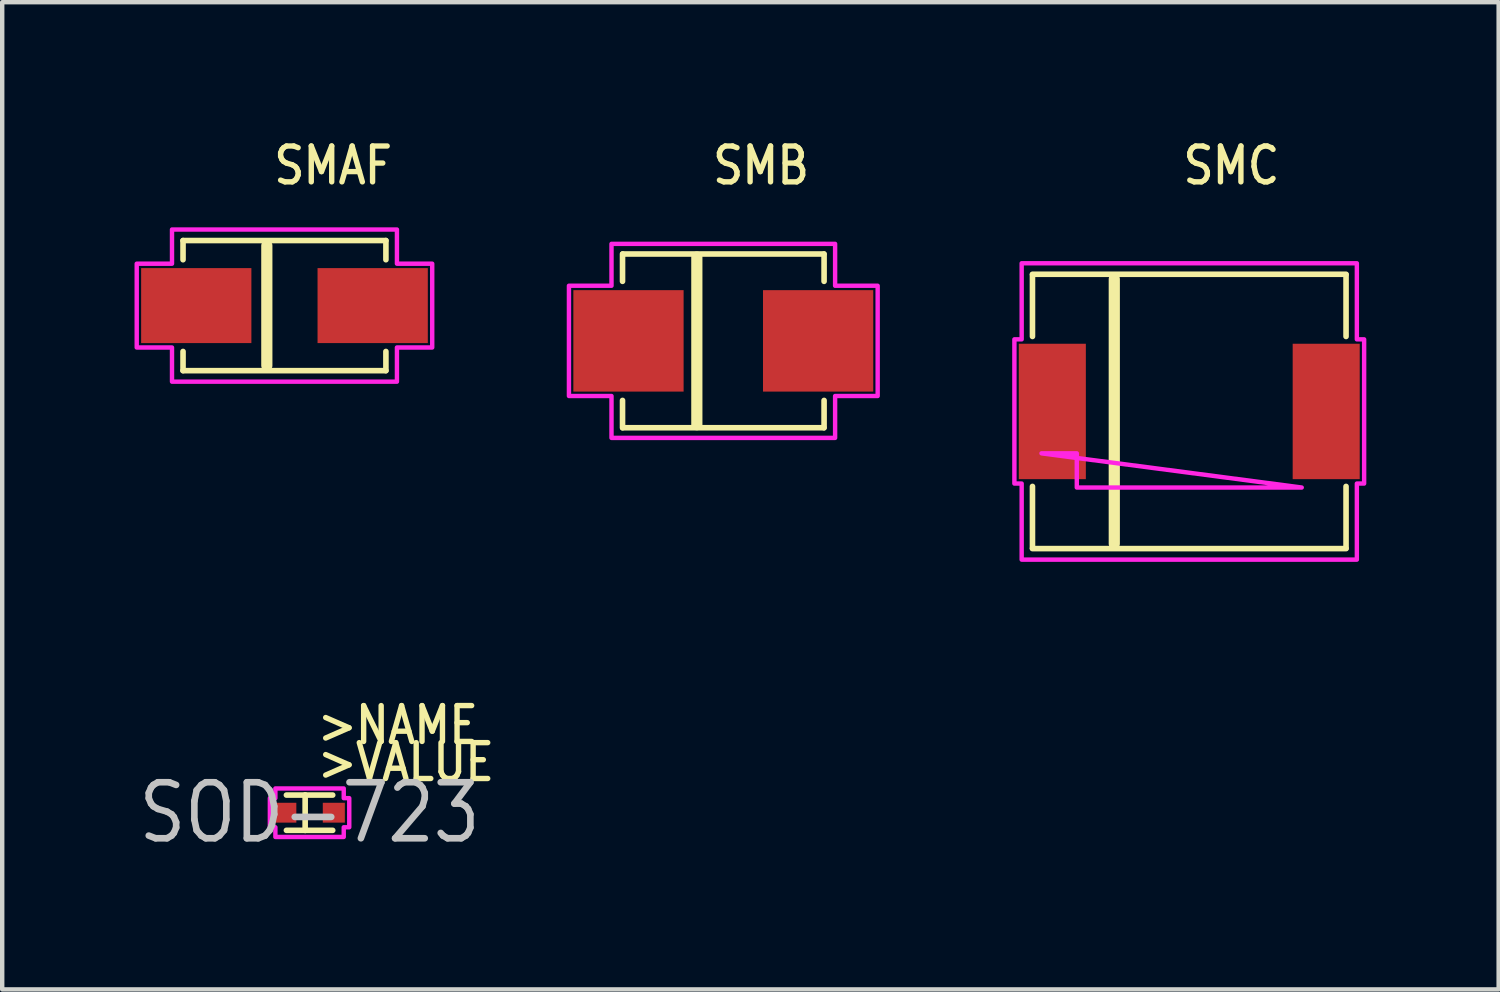
<source format=kicad_pcb>
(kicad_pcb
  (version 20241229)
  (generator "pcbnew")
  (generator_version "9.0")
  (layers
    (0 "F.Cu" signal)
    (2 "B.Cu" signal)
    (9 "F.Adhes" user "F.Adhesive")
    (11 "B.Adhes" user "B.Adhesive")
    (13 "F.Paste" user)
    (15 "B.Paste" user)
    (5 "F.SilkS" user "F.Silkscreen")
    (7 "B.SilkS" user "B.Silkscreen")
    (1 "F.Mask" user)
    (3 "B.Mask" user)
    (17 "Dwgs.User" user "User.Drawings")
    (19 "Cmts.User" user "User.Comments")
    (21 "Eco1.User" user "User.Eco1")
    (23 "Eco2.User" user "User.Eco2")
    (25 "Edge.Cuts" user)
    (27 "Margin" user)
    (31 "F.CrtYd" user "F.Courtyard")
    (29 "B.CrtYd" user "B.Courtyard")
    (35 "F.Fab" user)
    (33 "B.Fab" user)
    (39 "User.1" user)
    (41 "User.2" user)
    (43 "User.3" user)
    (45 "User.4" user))
  (footprint "SMC"
    (layer "F.Cu")
    (at 23.915 6.279)
    (property "Reference" "SMC" (at -0.2 -5.1 0) (unlocked yes) (layer "F.SilkS") (effects (font (size 0.813 0.695) (thickness 0.122)) (justify left bottom)))
    (fp_line (start -3.555 -3.11) (end 3.555 -3.11) (stroke (width 0.127) (type solid)) (layer "F.SilkS"))
    (fp_line (start -3.555 -3.1) (end -3.555 -1.7) (stroke (width 0.127) (type solid)) (layer "F.SilkS"))
    (fp_line (start -3.555 3.1) (end -3.555 1.7) (stroke (width 0.127) (type solid)) (layer "F.SilkS"))
    (fp_line (start -3.555 3.11) (end 3.555 3.11) (stroke (width 0.127) (type solid)) (layer "F.SilkS"))
    (fp_line (start -1.7 -3) (end -1.7 3) (stroke (width 0.254) (type solid)) (layer "F.SilkS"))
    (fp_line (start 3.555 -3.1) (end 3.555 -1.7) (stroke (width 0.127) (type solid)) (layer "F.SilkS"))
    (fp_line (start 3.555 3.1) (end 3.555 1.7) (stroke (width 0.127) (type solid)) (layer "F.SilkS"))
    (fp_poly (pts (xy 2.55 1.725) (xy -2.55 1.725) (xy -2.55 0.95) (xy -3.35 0.95)) (stroke (width 0.1) (type solid)) (fill no) (layer "F.CrtYd"))
    (fp_poly (pts (xy -3.965 -1.635) (xy -3.8 -1.635) (xy -3.8 -3.36) (xy 3.8 -3.36) (xy 3.8 -1.635) (xy 3.965 -1.635) (xy 3.965 1.635) (xy 3.8 1.635) (xy 3.8 3.36) (xy -3.8 3.36) (xy -3.8 1.635) (xy -3.965 1.635)) (stroke (width 0.1) (type solid)) (fill no) (layer "F.CrtYd"))
    (pad "ANODE" smd rect (at 3.105 0) (size 1.52 3.07) (layers "F.Cu" "F.Mask" "F.Paste"))
    (pad "CATHODE" smd rect (at -3.105 0) (size 1.52 3.07) (layers "F.Cu" "F.Mask" "F.Paste")))
  (footprint "SOD-723"
    (layer "F.Cu")
    (at 3.969 15.377)
    (property "Reference" "SOD-723" (at 0 0 0) (layer "Dwgs.User") (effects (font (size 1.27 1.086) (thickness 0.15))))
    (fp_line (start -0.525 -0.4) (end -0.1 -0.4) (stroke (width 0.127) (type solid)) (layer "F.SilkS"))
    (fp_line (start -0.525 0.4) (end -0.1 0.4) (stroke (width 0.127) (type solid)) (layer "F.SilkS"))
    (fp_line (start -0.1 -0.4) (end -0.1 0.4) (stroke (width 0.127) (type solid)) (layer "F.SilkS"))
    (fp_line (start -0.1 -0.4) (end 0.525 -0.4) (stroke (width 0.127) (type solid)) (layer "F.SilkS"))
    (fp_line (start -0.1 0.4) (end 0.525 0.4) (stroke (width 0.127) (type solid)) (layer "F.SilkS"))
    (fp_poly (pts (xy -0.9 0.33) (xy -0.9 -0.33) (xy -0.775 -0.33) (xy -0.775 -0.55) (xy 0.775 -0.55) (xy 0.775 -0.33) (xy 0.9 -0.33) (xy 0.9 0.33) (xy 0.775 0.33) (xy 0.775 0.55) (xy -0.775 0.55) (xy -0.775 0.33)) (stroke (width 0.1) (type solid)) (fill no) (layer "F.CrtYd"))
    (fp_text user ">NAME" (at 0.12 -1.51 0) (unlocked yes) (layer "F.SilkS") (effects (font (size 0.813 0.695) (thickness 0.122)) (justify left bottom)))
    (fp_text user ">VALUE" (at 0.12 -0.67 0) (unlocked yes) (layer "F.SilkS") (effects (font (size 0.813 0.695) (thickness 0.122)) (justify left bottom)))
    (pad "ANODE" smd rect (at 0.55 0) (size 0.5 0.45) (layers "F.Cu" "F.Mask" "F.Paste"))
    (pad "CATHODE" smd rect (at -0.55 0) (size 0.5 0.45) (layers "F.Cu" "F.Mask" "F.Paste")))
  (footprint "SMAF"
    (layer "F.Cu")
    (at 3.4 3.879)
    (property "Reference" "SMAF" (at -0.3 -2.7 0) (unlocked yes) (layer "F.SilkS") (effects (font (size 0.813 0.695) (thickness 0.122)) (justify left bottom)))
    (fp_line (start -2.3 -1.475) (end -2.3 -1.04) (stroke (width 0.127) (type solid)) (layer "F.SilkS"))
    (fp_line (start -2.3 -1.475) (end 2.3 -1.475) (stroke (width 0.127) (type solid)) (layer "F.SilkS"))
    (fp_line (start -2.3 1.475) (end -2.3 1.04) (stroke (width 0.127) (type solid)) (layer "F.SilkS"))
    (fp_line (start -2.3 1.475) (end 2.3 1.475) (stroke (width 0.127) (type solid)) (layer "F.SilkS"))
    (fp_line (start -0.4 -1.36) (end -0.4 1.36) (stroke (width 0.254) (type solid)) (layer "F.SilkS"))
    (fp_line (start 2.3 -1.475) (end 2.3 -1.04) (stroke (width 0.127) (type solid)) (layer "F.SilkS"))
    (fp_line (start 2.3 1.475) (end 2.3 1.04) (stroke (width 0.127) (type solid)) (layer "F.SilkS"))
    (fp_poly (pts (xy -3.35 -0.95) (xy -2.55 -0.95) (xy -2.55 -1.725) (xy 2.55 -1.725) (xy 2.55 -0.95) (xy 3.35 -0.95) (xy 3.35 0.95) (xy 2.55 0.95) (xy 2.55 1.725) (xy -2.55 1.725) (xy -2.55 0.95) (xy -3.35 0.95)) (stroke (width 0.1) (type solid)) (fill no) (layer "F.CrtYd"))
    (pad "ANODE" smd rect (at 2 0) (size 2.5 1.7) (layers "F.Cu" "F.Mask" "F.Paste"))
    (pad "CATHODE" smd rect (at -2 0) (size 2.5 1.7) (layers "F.Cu" "F.Mask" "F.Paste")))
  (footprint "SMB"
    (layer "F.Cu")
    (at 13.35 4.679)
    (property "Reference" "SMB" (at -0.3 -3.5 0) (unlocked yes) (layer "F.SilkS") (effects (font (size 0.813 0.695) (thickness 0.122)) (justify left bottom)))
    (fp_line (start -2.285 -1.97) (end -2.285 -1.35) (stroke (width 0.127) (type solid)) (layer "F.SilkS"))
    (fp_line (start -2.285 1.97) (end -2.285 1.35) (stroke (width 0.127) (type solid)) (layer "F.SilkS"))
    (fp_line (start -2.28 -1.97) (end 2.28 -1.97) (stroke (width 0.127) (type solid)) (layer "F.SilkS"))
    (fp_line (start -2.28 1.97) (end 2.28 1.97) (stroke (width 0.127) (type solid)) (layer "F.SilkS"))
    (fp_line (start -0.6 -1.9) (end -0.6 1.9) (stroke (width 0.254) (type solid)) (layer "F.SilkS"))
    (fp_line (start 2.285 -1.97) (end 2.285 -1.35) (stroke (width 0.127) (type solid)) (layer "F.SilkS"))
    (fp_line (start 2.285 1.97) (end 2.285 1.35) (stroke (width 0.127) (type solid)) (layer "F.SilkS"))
    (fp_poly (pts (xy -3.5 -1.25) (xy -2.535 -1.25) (xy -2.535 -2.2) (xy 2.535 -2.2) (xy 2.535 -1.25) (xy 3.5 -1.25) (xy 3.5 1.25) (xy 2.535 1.25) (xy 2.535 2.2) (xy -2.535 2.2) (xy -2.535 1.25) (xy -3.5 1.25)) (stroke (width 0.1) (type solid)) (fill no) (layer "F.CrtYd"))
    (pad "ANODE" smd rect (at 2.15 0) (size 2.5 2.3) (layers "F.Cu" "F.Mask" "F.Paste"))
    (pad "CATHODE" smd rect (at -2.15 0) (size 2.5 2.3) (layers "F.Cu" "F.Mask" "F.Paste")))
  (gr_rect
    (start -3 -3)
    (end 30.93 19.383)
    (stroke (width 0.1) (type default))
    (fill no)
    (layer "Edge.Cuts")))
</source>
